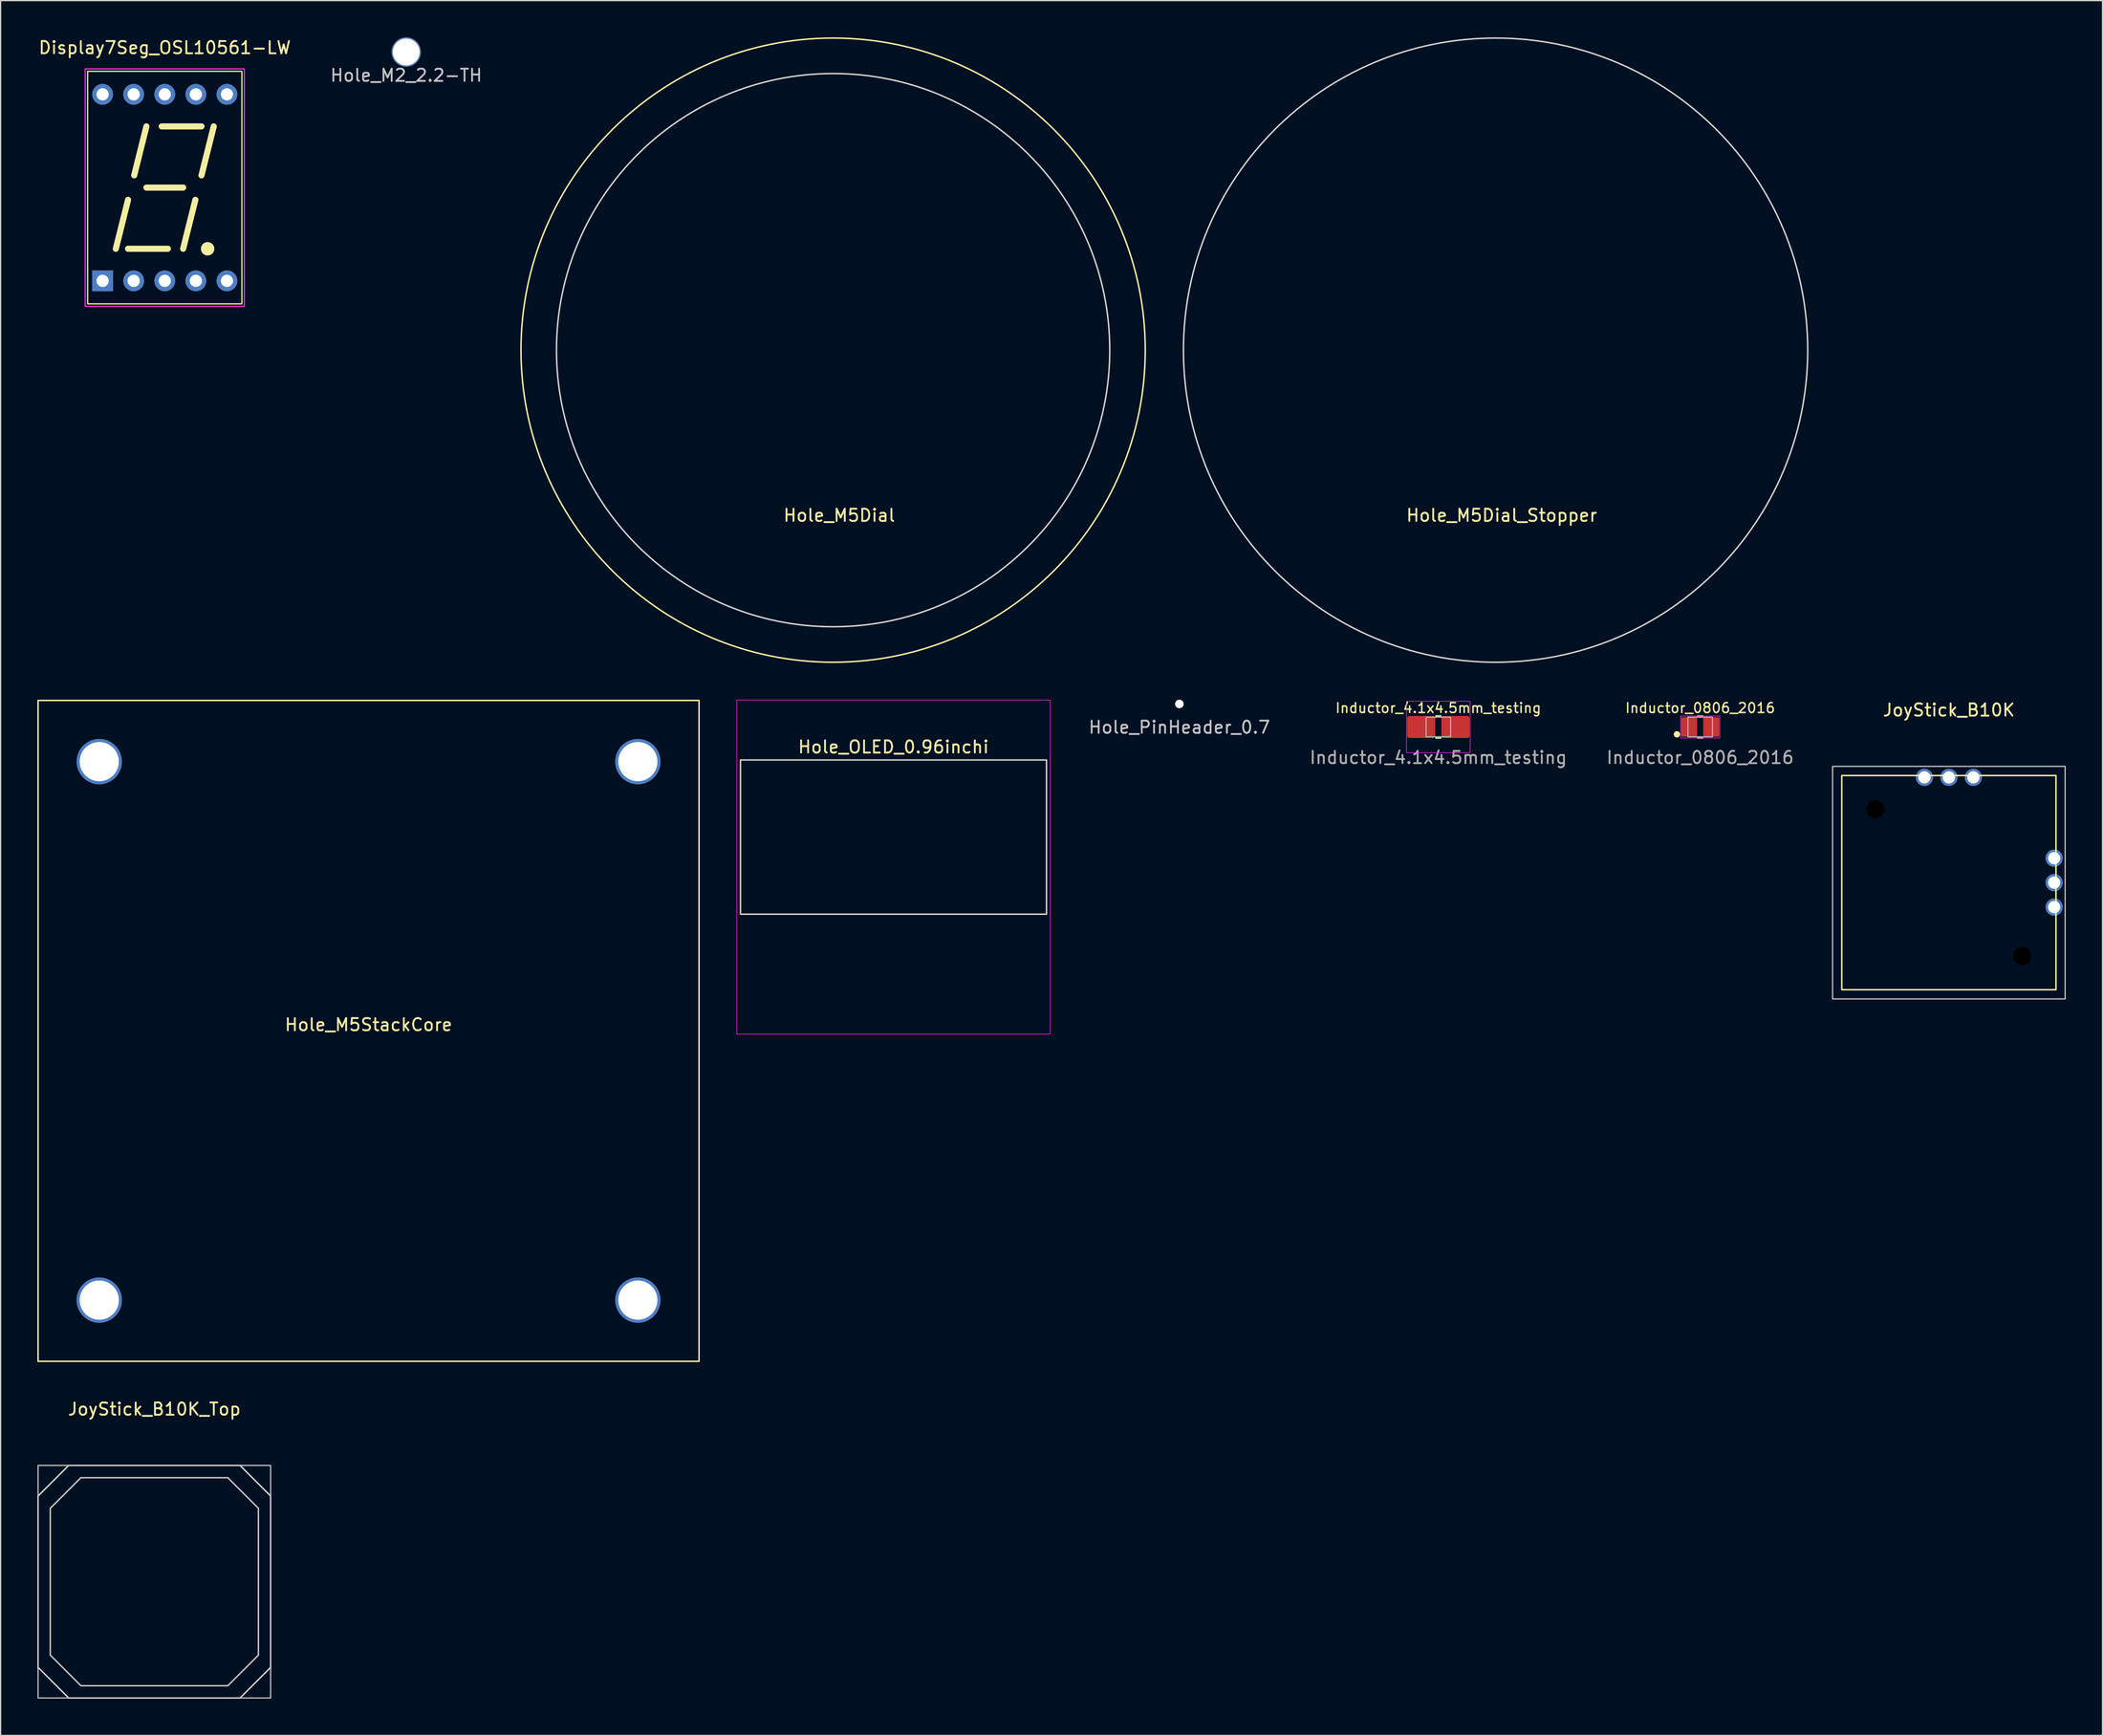
<source format=kicad_pcb>
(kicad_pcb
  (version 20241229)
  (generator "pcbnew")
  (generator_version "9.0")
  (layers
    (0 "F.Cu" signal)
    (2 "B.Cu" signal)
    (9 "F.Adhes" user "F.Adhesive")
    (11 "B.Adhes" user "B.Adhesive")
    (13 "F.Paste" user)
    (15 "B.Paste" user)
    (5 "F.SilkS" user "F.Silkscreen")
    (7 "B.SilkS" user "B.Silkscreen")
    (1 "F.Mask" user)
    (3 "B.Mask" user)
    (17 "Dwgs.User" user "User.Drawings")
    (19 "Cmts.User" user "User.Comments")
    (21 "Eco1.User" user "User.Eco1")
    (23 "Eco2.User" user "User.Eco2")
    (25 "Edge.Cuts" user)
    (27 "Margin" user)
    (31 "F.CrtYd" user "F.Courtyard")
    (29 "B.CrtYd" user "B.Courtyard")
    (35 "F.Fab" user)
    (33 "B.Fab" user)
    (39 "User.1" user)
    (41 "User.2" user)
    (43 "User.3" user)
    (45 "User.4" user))
  (footprint "Display7Seg_OSL10561-LW"
    (layer "F.Cu")
    (at 10.411 12.278)
    (property "Reference" "Display7Seg_OSL10561-LW" (at 0 -11.43 180) (layer "F.SilkS") (effects (font (size 1 1) (thickness 0.15))))
    (attr through_hole)
    (fp_line (start -3 1) (end -4 5) (stroke (width 0.5) (type default)) (layer "F.SilkS"))
    (fp_line (start -3 5) (end 0.25 5) (stroke (width 0.5) (type default)) (layer "F.SilkS"))
    (fp_line (start -1.5 -5) (end -2.5 -1) (stroke (width 0.5) (type default)) (layer "F.SilkS"))
    (fp_line (start -1.5 0) (end 1.5 0) (stroke (width 0.5) (type default)) (layer "F.SilkS"))
    (fp_line (start -0.25 -5) (end 3 -5) (stroke (width 0.5) (type default)) (layer "F.SilkS"))
    (fp_line (start 2.5 1) (end 1.5 5) (stroke (width 0.5) (type default)) (layer "F.SilkS"))
    (fp_line (start 4 -5) (end 3 -1) (stroke (width 0.5) (type default)) (layer "F.SilkS"))
    (fp_rect (start -6.3 -9.5) (end 6.3 9.5) (stroke (width 0.1) (type default)) (fill no) (layer "F.SilkS"))
    (fp_circle (center 3.5 5) (end 4 5) (stroke (width 0.1) (type solid)) (fill yes) (layer "F.SilkS"))
    (fp_rect (start -6.5 -9.7) (end 6.5 9.7) (stroke (width 0.1) (type default)) (fill no) (layer "F.CrtYd"))
    (pad "1" thru_hole rect (at -5.08 7.62 90) (size 1.7 1.7) (drill 1) (layers "*.Cu" "*.Mask"))
    (pad "2" thru_hole circle (at -2.54 7.62 90) (size 1.7 1.7) (drill 1) (layers "*.Cu" "*.Mask"))
    (pad "3" thru_hole circle (at 0 7.62 90) (size 1.7 1.7) (drill 1) (layers "*.Cu" "*.Mask"))
    (pad "4" thru_hole circle (at 2.54 7.62 90) (size 1.7 1.7) (drill 1) (layers "*.Cu" "*.Mask"))
    (pad "5" thru_hole circle (at 5.08 7.62 90) (size 1.7 1.7) (drill 1) (layers "*.Cu" "*.Mask"))
    (pad "6" thru_hole circle (at 5.08 -7.62 90) (size 1.7 1.7) (drill 1) (layers "*.Cu" "*.Mask"))
    (pad "7" thru_hole circle (at 2.54 -7.62 90) (size 1.7 1.7) (drill 1) (layers "*.Cu" "*.Mask"))
    (pad "8" thru_hole circle (at 0 -7.62 90) (size 1.7 1.7) (drill 1) (layers "*.Cu" "*.Mask"))
    (pad "9" thru_hole circle (at -2.54 -7.62 90) (size 1.7 1.7) (drill 1) (layers "*.Cu" "*.Mask"))
    (pad "10" thru_hole circle (at -5.08 -7.62 90) (size 1.7 1.7) (drill 1) (layers "*.Cu" "*.Mask")))
  (footprint "Hole_PinHeader_0.7"
    (layer "F.Cu")
    (at 93.3 54.47)
    (property "Reference" "Hole_PinHeader_0.7" (at 0 1.905 0) (layer "Dwgs.User") (effects (font (size 1 1) (thickness 0.15))))
    (attr through_hole)
    (pad "" np_thru_hole circle (at 0 0 270) (size 0.7 0.7) (drill 0.7) (layers "*.Cu" "*.Mask")))
  (footprint "Hole_M2_2.2-TH"
    (layer "F.Cu")
    (at 30.137 1.2)
    (property "Reference" "Hole_M2_2.2-TH" (at 0 1.905 0) (layer "Dwgs.User") (effects (font (size 1 1) (thickness 0.15))))
    (attr through_hole)
    (pad "" np_thru_hole circle (at 0 0) (size 2.4 2.4) (drill 2.2) (layers "*.Cu" "*.Mask")))
  (footprint "Hole_M5StackCore"
    (layer "F.Cu")
    (at 27.06 81.18)
    (property "Reference" "Hole_M5StackCore" (at 0 -0.5 0) (unlocked yes) (layer "F.SilkS") (effects (font (size 1 1) (thickness 0.15))))
    (attr through_hole)
    (fp_rect (start -27 -27) (end 27 27) (stroke (width 0.12) (type default)) (fill no) (layer "F.SilkS"))
    (pad "" thru_hole circle (at -22 -22 180) (size 3.7 3.7) (drill 3.2) (layers "*.Cu" "*.Mask"))
    (pad "" thru_hole circle (at -22 22 180) (size 3.7 3.7) (drill 3.2) (layers "*.Cu" "*.Mask"))
    (pad "" thru_hole circle (at 22 -22 180) (size 3.7 3.7) (drill 3.2) (layers "*.Cu" "*.Mask"))
    (pad "" thru_hole circle (at 22 22 180) (size 3.7 3.7) (drill 3.2) (layers "*.Cu" "*.Mask")))
  (footprint "Hole_OLED_0.96inchi"
    (layer "F.Cu")
    (at 69.945 55.445)
    (property "Reference" "Hole_OLED_0.96inchi" (at 0 2.54 0) (unlocked yes) (layer "F.SilkS") (effects (font (size 1 1) (thickness 0.15))))
    (attr through_hole)
    (fp_rect (start -12.5 3.6) (end 12.5 16.2) (stroke (width 0.12) (type default)) (fill no) (layer "Edge.Cuts"))
    (fp_rect (start -12.8 -1.3) (end 12.8 26) (stroke (width 0.05) (type default)) (fill no) (layer "F.CrtYd")))
  (footprint "Hole_M5Dial_Stopper"
    (layer "F.Cu")
    (at 119.132 25.56)
    (property "Reference" "Hole_M5Dial_Stopper" (at 0.5 13.5 0) (unlocked yes) (layer "F.SilkS") (effects (font (size 1 1) (thickness 0.15))))
    (attr through_hole)
    (fp_circle (center 0 0) (end 25.5 0) (stroke (width 0.12) (type default)) (fill no) (layer "Edge.Cuts")))
  (footprint "Hole_M5Dial"
    (layer "F.Cu")
    (at 65.012 25.56)
    (property "Reference" "Hole_M5Dial" (at 0.5 13.5 0) (unlocked yes) (layer "F.SilkS") (effects (font (size 1 1) (thickness 0.15))))
    (attr through_hole)
    (fp_circle (center 0 0) (end 25.5 0) (stroke (width 0.12) (type default)) (fill no) (layer "F.SilkS"))
    (fp_circle (center 0 0) (end 22.6 0) (stroke (width 0.12) (type default)) (fill no) (layer "Edge.Cuts")))
  (footprint "Inductor_0806_2016"
    (layer "F.Cu")
    (at 135.847 56.349)
    (property "Reference" "Inductor_0806_2016" (at 0 -1.55 0) (unlocked yes) (layer "F.SilkS") (effects (font (size 0.8 0.8) (thickness 0.12))))
    (attr smd)
    (fp_line (start -0.2 -0.9) (end 0.2 -0.9) (stroke (width 0.12) (type default)) (layer "F.SilkS"))
    (fp_line (start -0.2 0.9) (end 0.2 0.9) (stroke (width 0.12) (type default)) (layer "F.SilkS"))
    (fp_circle (center -1.9 0.6) (end -1.7 0.6) (stroke (width 0.12) (type solid)) (fill yes) (layer "F.SilkS"))
    (fp_rect (start -1.6 -0.9) (end 1.6 0.9) (stroke (width 0.05) (type default)) (fill no) (layer "F.CrtYd"))
    (fp_rect (start -1 -0.8) (end 1 0.8) (stroke (width 0.1) (type default)) (fill no) (layer "F.Fab"))
    (fp_text user "${REFERENCE}" (at 0 2.5 0) (unlocked yes) (layer "F.Fab") (effects (font (size 1 1) (thickness 0.15))))
    (pad "1" smd roundrect (at -0.9 0) (size 1.3 1.6) (layers "F.Cu" "F.Mask" "F.Paste") (roundrect_rratio 0.098))
    (pad "2" smd roundrect (at 0.9 0) (size 1.3 1.6) (layers "F.Cu" "F.Mask" "F.Paste") (roundrect_rratio 0.098)))
  (footprint "JoyStick_B10K"
    (layer "F.Cu")
    (at 156.165 69.068)
    (property "Reference" "JoyStick_B10K" (at 0 -14.1 0) (unlocked yes) (layer "F.SilkS") (effects (font (size 1 1) (thickness 0.15))))
    (attr through_hole)
    (fp_rect (start -8.75 -8.75) (end 8.75 8.75) (stroke (width 0.12) (type solid)) (fill no) (layer "F.SilkS"))
    (fp_rect (start -9.5 -9.5) (end 9.5 9.5) (stroke (width 0.1) (type solid)) (fill no) (layer "Dwgs.User"))
    (pad "" np_thru_hole circle (at -6 -6 90) (size 1.5 1.5) (drill 1.5) (layers "*.Mask"))
    (pad "" np_thru_hole circle (at 6 6 90) (size 1.5 1.5) (drill 1.5) (layers "*.Mask"))
    (pad "1" thru_hole circle (at -2 -8.6) (size 1.4 1.4) (drill 1) (layers "*.Cu" "*.Mask"))
    (pad "2" thru_hole circle (at 0 -8.6) (size 1.4 1.4) (drill 1) (layers "*.Cu" "*.Mask"))
    (pad "3" thru_hole circle (at 2 -8.6) (size 1.4 1.4) (drill 1) (layers "*.Cu" "*.Mask"))
    (pad "4" thru_hole circle (at 8.6 2 90) (size 1.4 1.4) (drill 1) (layers "*.Cu" "*.Mask"))
    (pad "5" thru_hole circle (at 8.6 0 90) (size 1.4 1.4) (drill 1) (layers "*.Cu" "*.Mask"))
    (pad "6" thru_hole circle (at 8.6 -2 90) (size 1.4 1.4) (drill 1) (layers "*.Cu" "*.Mask")))
  (footprint "Inductor_4.1x4.5mm_testing"
    (layer "F.Cu")
    (at 114.455 56.349)
    (property "Reference" "Inductor_4.1x4.5mm_testing" (at 0 -1.55 0) (unlocked yes) (layer "F.SilkS") (effects (font (size 0.8 0.8) (thickness 0.12))))
    (attr smd)
    (fp_line (start -0.2 -0.9) (end 0.2 -0.9) (stroke (width 0.12) (type default)) (layer "F.SilkS"))
    (fp_line (start -0.2 0.9) (end 0.2 0.9) (stroke (width 0.12) (type default)) (layer "F.SilkS"))
    (fp_rect (start -2.6 -2.1) (end 2.6 2.1) (stroke (width 0.05) (type default)) (fill no) (layer "F.CrtYd"))
    (fp_rect (start -1 -0.8) (end 1 0.8) (stroke (width 0.1) (type default)) (fill no) (layer "F.Fab"))
    (fp_text user "${REFERENCE}" (at 0 2.5 0) (unlocked yes) (layer "F.Fab") (effects (font (size 1 1) (thickness 0.15))))
    (pad "1" smd roundrect (at -1.4 0) (size 2.3 1.8) (layers "F.Cu" "F.Mask" "F.Paste") (roundrect_rratio 0.098))
    (pad "2" smd roundrect (at 1.4 0) (size 2.3 1.8) (layers "F.Cu" "F.Mask" "F.Paste") (roundrect_rratio 0.098)))
  (footprint "JoyStick_B10K_Top"
    (layer "F.Cu")
    (at 9.56 126.188)
    (property "Reference" "JoyStick_B10K_Top" (at 0 -14.1 0) (unlocked yes) (layer "F.SilkS") (effects (font (size 1 1) (thickness 0.15))))
    (attr through_hole)
    (fp_line (start -8.5 -6) (end -8.5 6) (stroke (width 0.12) (type default)) (layer "Dwgs.User"))
    (fp_line (start -6 -8.5) (end -8.5 -6) (stroke (width 0.12) (type default)) (layer "Dwgs.User"))
    (fp_line (start -6 -8.5) (end 6 -8.5) (stroke (width 0.12) (type default)) (layer "Dwgs.User"))
    (fp_line (start -6 8.5) (end -8.5 6) (stroke (width 0.12) (type default)) (layer "Dwgs.User"))
    (fp_line (start -6 8.5) (end 6 8.5) (stroke (width 0.12) (type default)) (layer "Dwgs.User"))
    (fp_line (start 6 -8.5) (end 8.5 -6) (stroke (width 0.12) (type default)) (layer "Dwgs.User"))
    (fp_line (start 8.5 -6) (end 8.5 6) (stroke (width 0.12) (type default)) (layer "Dwgs.User"))
    (fp_line (start 8.5 6) (end 6 8.5) (stroke (width 0.12) (type default)) (layer "Dwgs.User"))
    (fp_rect (start -9.5 -9.5) (end 9.5 9.5) (stroke (width 0.1) (type solid)) (fill no) (layer "Dwgs.User"))
    (fp_line (start -9.5 -7) (end -7 -9.5) (stroke (width 0.12) (type default)) (layer "Edge.Cuts"))
    (fp_line (start -9.5 7) (end -9.5 -7) (stroke (width 0.12) (type default)) (layer "Edge.Cuts"))
    (fp_line (start -7 -9.5) (end 7 -9.5) (stroke (width 0.12) (type default)) (layer "Edge.Cuts"))
    (fp_line (start -7 9.5) (end -9.5 7) (stroke (width 0.12) (type default)) (layer "Edge.Cuts"))
    (fp_line (start 7 -9.5) (end 9.5 -7) (stroke (width 0.12) (type default)) (layer "Edge.Cuts"))
    (fp_line (start 7 9.5) (end -7 9.5) (stroke (width 0.12) (type default)) (layer "Edge.Cuts"))
    (fp_line (start 9.5 -7) (end 9.5 7) (stroke (width 0.12) (type default)) (layer "Edge.Cuts"))
    (fp_line (start 9.5 7) (end 7 9.5) (stroke (width 0.12) (type default)) (layer "Edge.Cuts")))
  (gr_rect
    (start -3 -3)
    (end 168.715 138.748)
    (stroke (width 0.1) (type default))
    (fill no)
    (layer "Edge.Cuts")))
</source>
